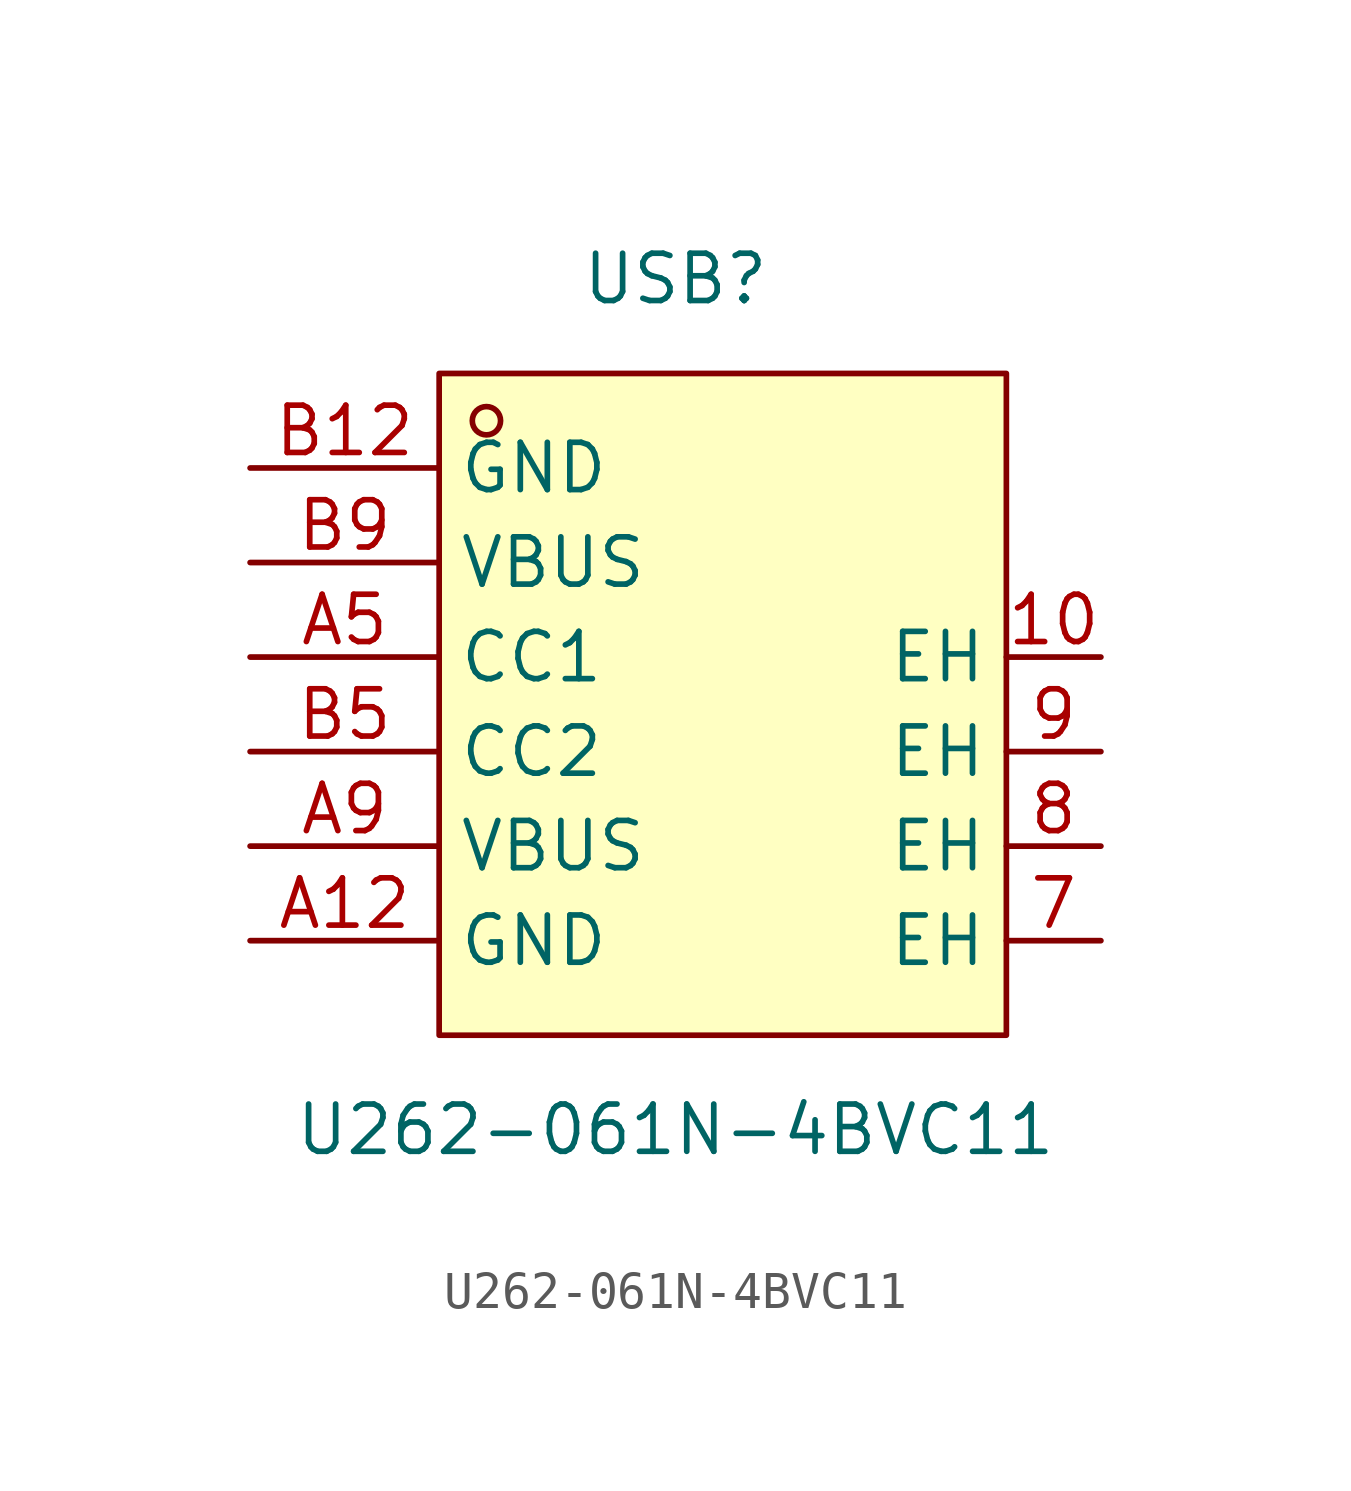
<source format=kicad_sym>
(kicad_symbol_lib
  (version 20211014)
  (generator https://github.com/uPesy/easyeda2kicad.py)
  (symbol "U262-061N-4BVC11"
    (property "Reference" "USB"
      (at 0 11.43 0)
      (effects (font (size 1.27 1.27))))
    (property "Value" "U262-061N-4BVC11"
      (at 0 -11.43 0)
      (effects (font (size 1.27 1.27))))
    (symbol "U262-061N-4BVC11_0_1"
      (rectangle (start -6.35 8.89) (end 8.89 -8.89) (stroke (width 0) (type default) (color 0 0 0 0)) (fill (type background)))
      (circle (center -5.08 7.62) (radius 0.38) (stroke (width 0) (type default) (color 0 0 0 0)) (fill (type none)))
      (pin unspecified line (at -11.43 6.35 0) (length 5.08) (name "GND" (effects (font (size 1.27 1.27)))) (number "B12" (effects (font (size 1.27 1.27)))))
      (pin unspecified line (at -11.43 3.81 0) (length 5.08) (name "VBUS" (effects (font (size 1.27 1.27)))) (number "B9" (effects (font (size 1.27 1.27)))))
      (pin unspecified line (at -11.43 -1.27 0) (length 5.08) (name "CC2" (effects (font (size 1.27 1.27)))) (number "B5" (effects (font (size 1.27 1.27)))))
      (pin unspecified line (at -11.43 1.27 0) (length 5.08) (name "CC1" (effects (font (size 1.27 1.27)))) (number "A5" (effects (font (size 1.27 1.27)))))
      (pin unspecified line (at -11.43 -3.81 0) (length 5.08) (name "VBUS" (effects (font (size 1.27 1.27)))) (number "A9" (effects (font (size 1.27 1.27)))))
      (pin unspecified line (at -11.43 -6.35 0) (length 5.08) (name "GND" (effects (font (size 1.27 1.27)))) (number "A12" (effects (font (size 1.27 1.27)))))
      (pin unspecified line (at 11.43 -6.35 180) (length 2.54) (name "EH" (effects (font (size 1.27 1.27)))) (number "7" (effects (font (size 1.27 1.27)))))
      (pin unspecified line (at 11.43 -3.81 180) (length 2.54) (name "EH" (effects (font (size 1.27 1.27)))) (number "8" (effects (font (size 1.27 1.27)))))
      (pin unspecified line (at 11.43 -1.27 180) (length 2.54) (name "EH" (effects (font (size 1.27 1.27)))) (number "9" (effects (font (size 1.27 1.27)))))
      (pin unspecified line (at 11.43 1.27 180) (length 2.54) (name "EH" (effects (font (size 1.27 1.27)))) (number "10" (effects (font (size 1.27 1.27))))))))
</source>
